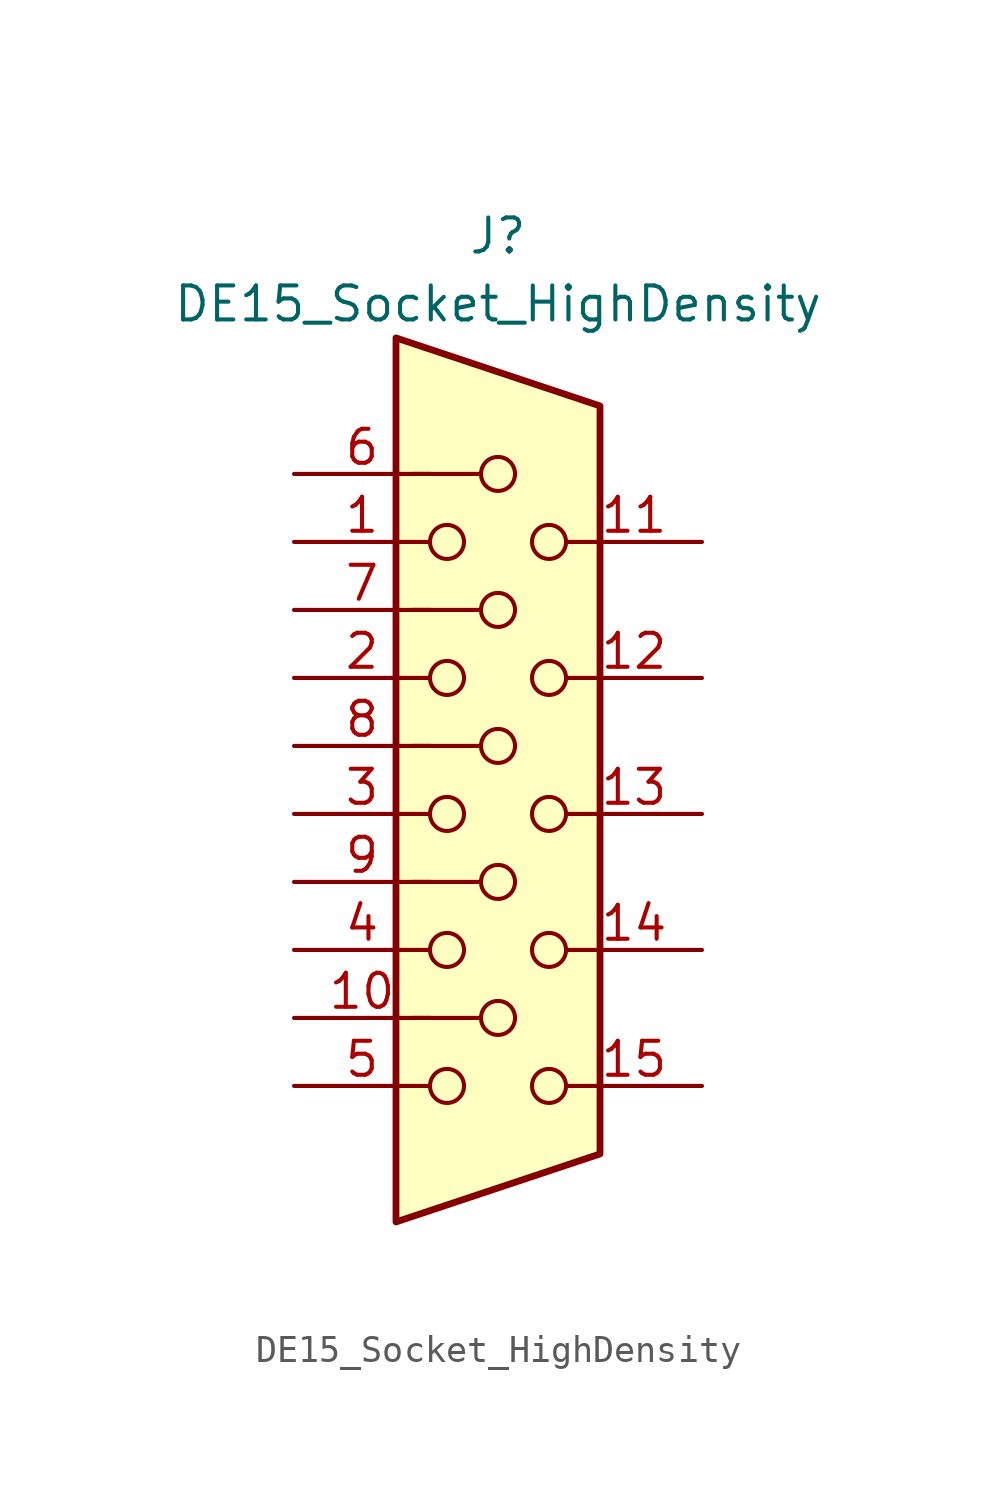
<source format=kicad_sym>
(kicad_symbol_lib
  (version 20241209)
  (generator "kicad_symbol_editor")
  (generator_version "9.0")
  (symbol "DE15_Socket_HighDensity"
    (pin_names
      (offset 1.016)
      (hide yes))
    (property "Reference" "J"
      (at 0 21.59 0)
      (effects (font (size 1.27 1.27))))
    (property "Value" "DE15_Socket_HighDensity"
      (at 0 19.05 0)
      (effects (font (size 1.27 1.27))))
    (symbol "DE15_Socket_HighDensity_0_1"
      (polyline (pts (xy -3.81 17.78) (xy -3.81 -15.24) (xy 3.81 -12.7) (xy 3.81 15.24) (xy -3.81 17.78)) (stroke (width 0.254) (type default)) (fill (type background)))
      (polyline (pts (xy -3.175 7.62) (xy -0.635 7.62)) (stroke (width 0) (type default)) (fill (type none)))
      (circle (center -1.905 10.16) (radius 0.635) (stroke (width 0) (type default)) (fill (type none)))
      (circle (center -1.905 5.08) (radius 0.635) (stroke (width 0) (type default)) (fill (type none)))
      (circle (center -1.905 0) (radius 0.635) (stroke (width 0) (type default)) (fill (type none)))
      (circle (center -1.905 -5.08) (radius 0.635) (stroke (width 0) (type default)) (fill (type none)))
      (circle (center -1.905 -10.16) (radius 0.635) (stroke (width 0) (type default)) (fill (type none)))
      (polyline (pts (xy -0.635 12.7) (xy -3.175 12.7)) (stroke (width 0) (type default)) (fill (type none)))
      (polyline (pts (xy -0.635 2.54) (xy -3.175 2.54)) (stroke (width 0) (type default)) (fill (type none)))
      (polyline (pts (xy -0.635 -2.54) (xy -3.175 -2.54)) (stroke (width 0) (type default)) (fill (type none)))
      (polyline (pts (xy -0.635 -7.62) (xy -3.175 -7.62)) (stroke (width 0) (type default)) (fill (type none)))
      (circle (center 0 12.7) (radius 0.635) (stroke (width 0) (type default)) (fill (type none)))
      (circle (center 0 7.62) (radius 0.635) (stroke (width 0) (type default)) (fill (type none)))
      (circle (center 0 2.54) (radius 0.635) (stroke (width 0) (type default)) (fill (type none)))
      (circle (center 0 -2.54) (radius 0.635) (stroke (width 0) (type default)) (fill (type none)))
      (circle (center 0 -7.62) (radius 0.635) (stroke (width 0) (type default)) (fill (type none)))
      (circle (center 1.905 10.16) (radius 0.635) (stroke (width 0) (type default)) (fill (type none)))
      (circle (center 1.905 5.08) (radius 0.635) (stroke (width 0) (type default)) (fill (type none)))
      (circle (center 1.905 0) (radius 0.635) (stroke (width 0) (type default)) (fill (type none)))
      (circle (center 1.905 -5.08) (radius 0.635) (stroke (width 0) (type default)) (fill (type none)))
      (circle (center 1.905 -10.16) (radius 0.635) (stroke (width 0) (type default)) (fill (type none))))
    (symbol "DE15_Socket_HighDensity_1_1"
      (pin passive line (at -7.62 12.7 0) (length 5.08) (name "~" (effects (font (size 1.27 1.27)))) (number "6" (effects (font (size 1.27 1.27)))))
      (pin passive line (at -7.62 10.16 0) (length 5.08) (name "~" (effects (font (size 1.27 1.27)))) (number "1" (effects (font (size 1.27 1.27)))))
      (pin passive line (at -7.62 7.62 0) (length 5.08) (name "~" (effects (font (size 1.27 1.27)))) (number "7" (effects (font (size 1.27 1.27)))))
      (pin passive line (at -7.62 5.08 0) (length 5.08) (name "~" (effects (font (size 1.27 1.27)))) (number "2" (effects (font (size 1.27 1.27)))))
      (pin passive line (at -7.62 2.54 0) (length 5.08) (name "~" (effects (font (size 1.27 1.27)))) (number "8" (effects (font (size 1.27 1.27)))))
      (pin passive line (at -7.62 0 0) (length 5.08) (name "~" (effects (font (size 1.27 1.27)))) (number "3" (effects (font (size 1.27 1.27)))))
      (pin passive line (at -7.62 -2.54 0) (length 5.08) (name "~" (effects (font (size 1.27 1.27)))) (number "9" (effects (font (size 1.27 1.27)))))
      (pin passive line (at -7.62 -5.08 0) (length 5.08) (name "~" (effects (font (size 1.27 1.27)))) (number "4" (effects (font (size 1.27 1.27)))))
      (pin passive line (at -7.62 -7.62 0) (length 5.08) (name "~" (effects (font (size 1.27 1.27)))) (number "10" (effects (font (size 1.27 1.27)))))
      (pin passive line (at -7.62 -10.16 0) (length 5.08) (name "~" (effects (font (size 1.27 1.27)))) (number "5" (effects (font (size 1.27 1.27)))))
      (pin passive line (at 7.62 10.16 180) (length 5.08) (name "~" (effects (font (size 1.27 1.27)))) (number "11" (effects (font (size 1.27 1.27)))))
      (pin passive line (at 7.62 5.08 180) (length 5.08) (name "~" (effects (font (size 1.27 1.27)))) (number "12" (effects (font (size 1.27 1.27)))))
      (pin passive line (at 7.62 0 180) (length 5.08) (name "~" (effects (font (size 1.27 1.27)))) (number "13" (effects (font (size 1.27 1.27)))))
      (pin passive line (at 7.62 -5.08 180) (length 5.08) (name "~" (effects (font (size 1.27 1.27)))) (number "14" (effects (font (size 1.27 1.27)))))
      (pin passive line (at 7.62 -10.16 180) (length 5.08) (name "~" (effects (font (size 1.27 1.27)))) (number "15" (effects (font (size 1.27 1.27))))))))
</source>
